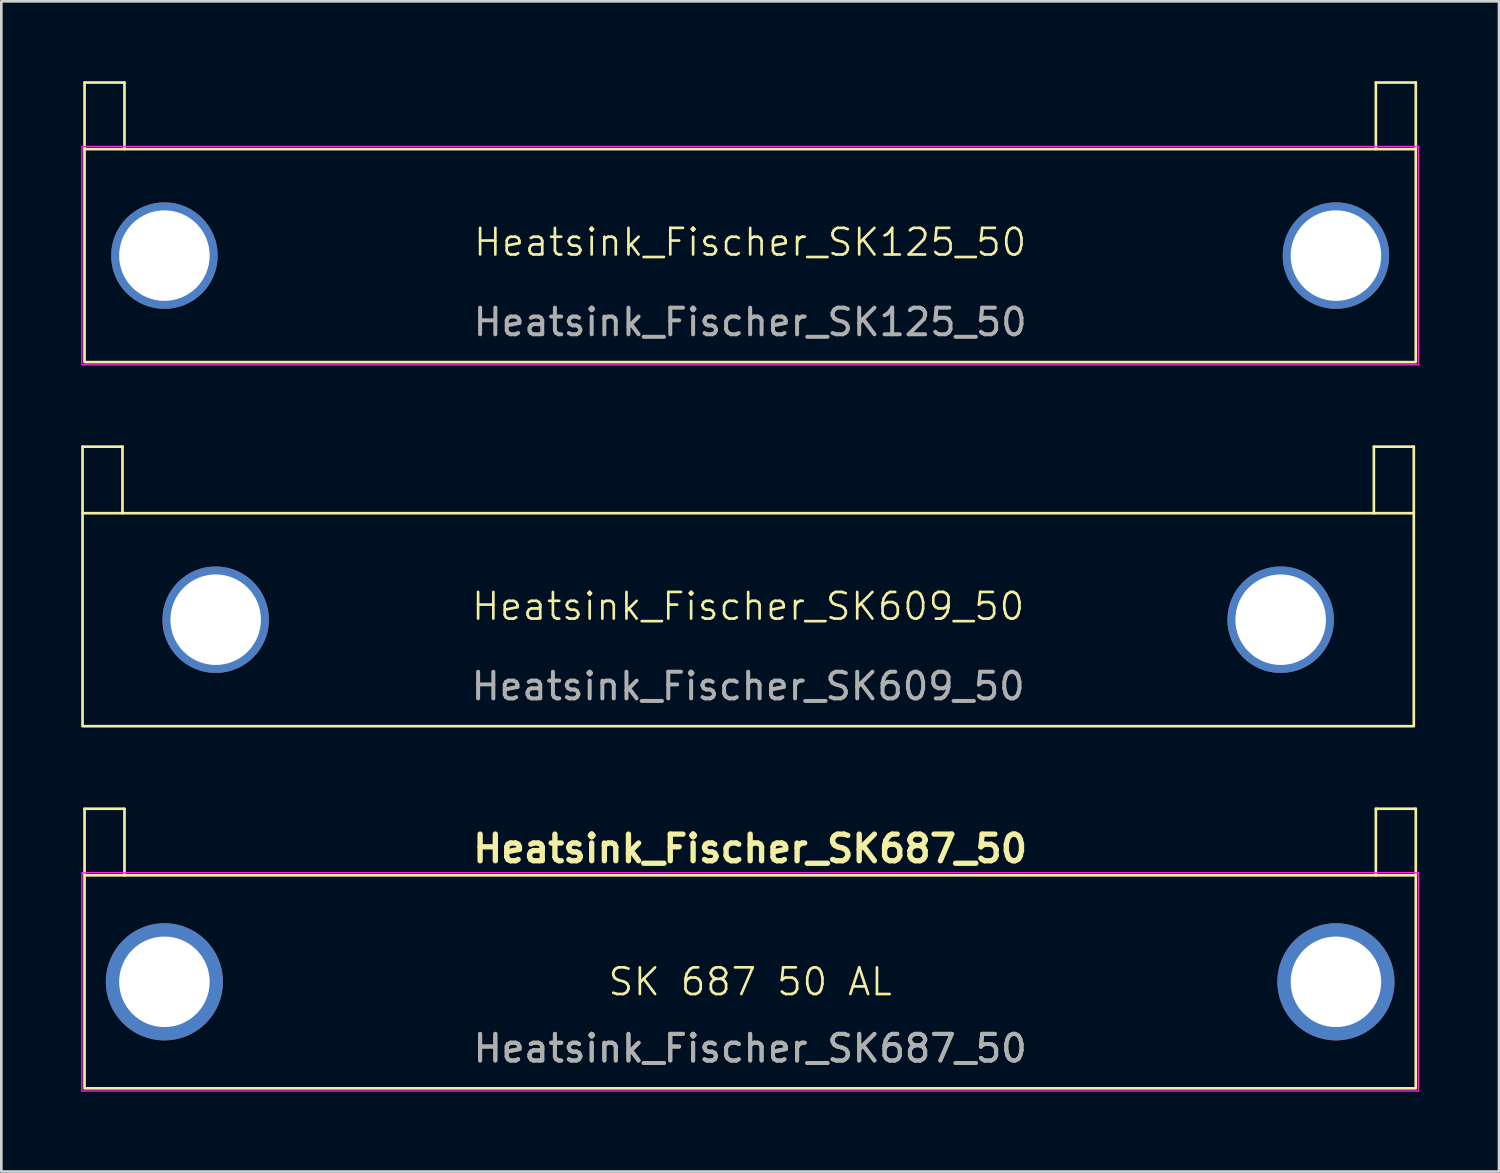
<source format=kicad_pcb>
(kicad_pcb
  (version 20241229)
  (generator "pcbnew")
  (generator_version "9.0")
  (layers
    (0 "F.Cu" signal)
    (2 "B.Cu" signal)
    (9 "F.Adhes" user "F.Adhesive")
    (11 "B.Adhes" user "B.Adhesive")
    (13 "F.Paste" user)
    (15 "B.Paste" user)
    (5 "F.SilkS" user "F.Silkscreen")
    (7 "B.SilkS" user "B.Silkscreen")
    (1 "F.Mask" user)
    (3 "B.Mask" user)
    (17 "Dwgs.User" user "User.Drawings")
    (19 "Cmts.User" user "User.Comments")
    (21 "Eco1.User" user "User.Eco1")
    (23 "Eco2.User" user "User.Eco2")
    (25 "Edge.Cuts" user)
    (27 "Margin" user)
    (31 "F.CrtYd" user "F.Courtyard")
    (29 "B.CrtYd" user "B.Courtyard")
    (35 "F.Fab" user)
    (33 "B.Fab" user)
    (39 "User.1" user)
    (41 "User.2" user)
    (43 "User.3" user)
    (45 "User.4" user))
  (footprint "Heatsink_Fischer_SK125_50"
    (layer "F.Cu")
    (at 25.125 6.55)
    (property "Reference" "Heatsink_Fischer_SK125_50" (at 0 -0.5 0) (unlocked yes) (layer "F.SilkS") (effects (font (size 1 1) (thickness 0.1))))
    (attr through_hole)
    (fp_line (start -25 -6.5) (end -23.5 -6.5) (stroke (width 0.1) (type default)) (layer "F.SilkS"))
    (fp_line (start -25 -4) (end -25 -6.5) (stroke (width 0.1) (type default)) (layer "F.SilkS"))
    (fp_line (start -23.5 -6.5) (end -23.5 -4) (stroke (width 0.1) (type default)) (layer "F.SilkS"))
    (fp_line (start 23.5 -6.5) (end 25 -6.5) (stroke (width 0.1) (type default)) (layer "F.SilkS"))
    (fp_line (start 23.5 -4) (end 23.5 -6.5) (stroke (width 0.1) (type default)) (layer "F.SilkS"))
    (fp_line (start 25 -6.5) (end 25 -4) (stroke (width 0.1) (type default)) (layer "F.SilkS"))
    (fp_rect (start -25 -4) (end 25 4) (stroke (width 0.1) (type default)) (fill no) (layer "F.SilkS"))
    (fp_rect (start -25.1 -4.1) (end 25.1 4.1) (stroke (width 0.05) (type default)) (fill no) (layer "F.CrtYd"))
    (fp_text user "${REFERENCE}" (at 0 2.5 0) (unlocked yes) (layer "F.Fab") (effects (font (size 1 1) (thickness 0.15))))
    (pad "1" thru_hole circle (at -22 0) (size 4 4) (drill 3.4) (layers "*.Cu" "*.Mask"))
    (pad "2" thru_hole circle (at 22 0) (size 4 4) (drill 3.4) (layers "*.Cu" "*.Mask")))
  (footprint "Heatsink_Fischer_SK687_50"
    (layer "F.Cu")
    (at 25.125 33.825)
    (property "Reference" "Heatsink_Fischer_SK687_50" (at 0 -5 0) (unlocked yes) (layer "F.SilkS") (effects (font (size 1 1) (thickness 0.2))))
    (property "Manufacturer Part Number" "SK 687 50 AL" (at 0 0 0) (layer "F.SilkS") (effects (font (size 1 1) (thickness 0.1))))
    (attr through_hole)
    (fp_line (start -25 -6.5) (end -23.5 -6.5) (stroke (width 0.1) (type default)) (layer "F.SilkS"))
    (fp_line (start -25 -4) (end -25 -6.5) (stroke (width 0.1) (type default)) (layer "F.SilkS"))
    (fp_line (start -23.5 -6.5) (end -23.5 -4) (stroke (width 0.1) (type default)) (layer "F.SilkS"))
    (fp_line (start 23.5 -6.5) (end 25 -6.5) (stroke (width 0.1) (type default)) (layer "F.SilkS"))
    (fp_line (start 23.5 -4) (end 23.5 -6.5) (stroke (width 0.1) (type default)) (layer "F.SilkS"))
    (fp_line (start 25 -6.5) (end 25 -4) (stroke (width 0.1) (type default)) (layer "F.SilkS"))
    (fp_rect (start -25 -4) (end 25 4) (stroke (width 0.1) (type default)) (fill no) (layer "F.SilkS"))
    (fp_rect (start -25.1 -4.1) (end 25.1 4.1) (stroke (width 0.05) (type default)) (fill no) (layer "F.CrtYd"))
    (fp_text user "${REFERENCE}" (at 0 2.5 0) (unlocked yes) (layer "F.Fab") (effects (font (size 1 1) (thickness 0.15))))
    (fp_text user "${REFERENCE}" (at 0 2.5 0) (unlocked yes) (layer "F.Fab") (effects (font (size 1 1) (thickness 0.15))))
    (pad "1" thru_hole circle (at -22 0) (size 4.4 4.4) (drill 3.4) (layers "*.Cu" "*.Mask"))
    (pad "2" thru_hole circle (at 22 0) (size 4.4 4.4) (drill 3.4) (layers "*.Cu" "*.Mask")))
  (footprint "Heatsink_Fischer_SK609_50"
    (layer "F.Cu")
    (at 25.05 20.225)
    (property "Reference" "Heatsink_Fischer_SK609_50" (at 0 -0.5 0) (unlocked yes) (layer "F.SilkS") (effects (font (size 1 1) (thickness 0.1))))
    (attr through_hole)
    (fp_line (start -25 -6.5) (end -23.5 -6.5) (stroke (width 0.1) (type default)) (layer "F.SilkS"))
    (fp_line (start -25 -4) (end -25 -6.5) (stroke (width 0.1) (type default)) (layer "F.SilkS"))
    (fp_line (start -23.5 -6.5) (end -23.5 -4) (stroke (width 0.1) (type default)) (layer "F.SilkS"))
    (fp_line (start 23.5 -6.5) (end 25 -6.5) (stroke (width 0.1) (type default)) (layer "F.SilkS"))
    (fp_line (start 23.5 -4) (end 23.5 -6.5) (stroke (width 0.1) (type default)) (layer "F.SilkS"))
    (fp_line (start 25 -6.5) (end 25 -4) (stroke (width 0.1) (type default)) (layer "F.SilkS"))
    (fp_rect (start -25 -4) (end 25 4) (stroke (width 0.1) (type default)) (fill no) (layer "F.SilkS"))
    (fp_text user "${REFERENCE}" (at 0 2.5 0) (unlocked yes) (layer "F.Fab") (effects (font (size 1 1) (thickness 0.15))))
    (pad "1" thru_hole circle (at -20 0) (size 4 4) (drill 3.4) (layers "*.Cu" "*.Mask"))
    (pad "2" thru_hole circle (at 20 0) (size 4 4) (drill 3.4) (layers "*.Cu" "*.Mask")))
  (gr_rect
    (start -3 -3)
    (end 53.25 40.95)
    (stroke (width 0.1) (type default))
    (fill no)
    (layer "Edge.Cuts")))
</source>
